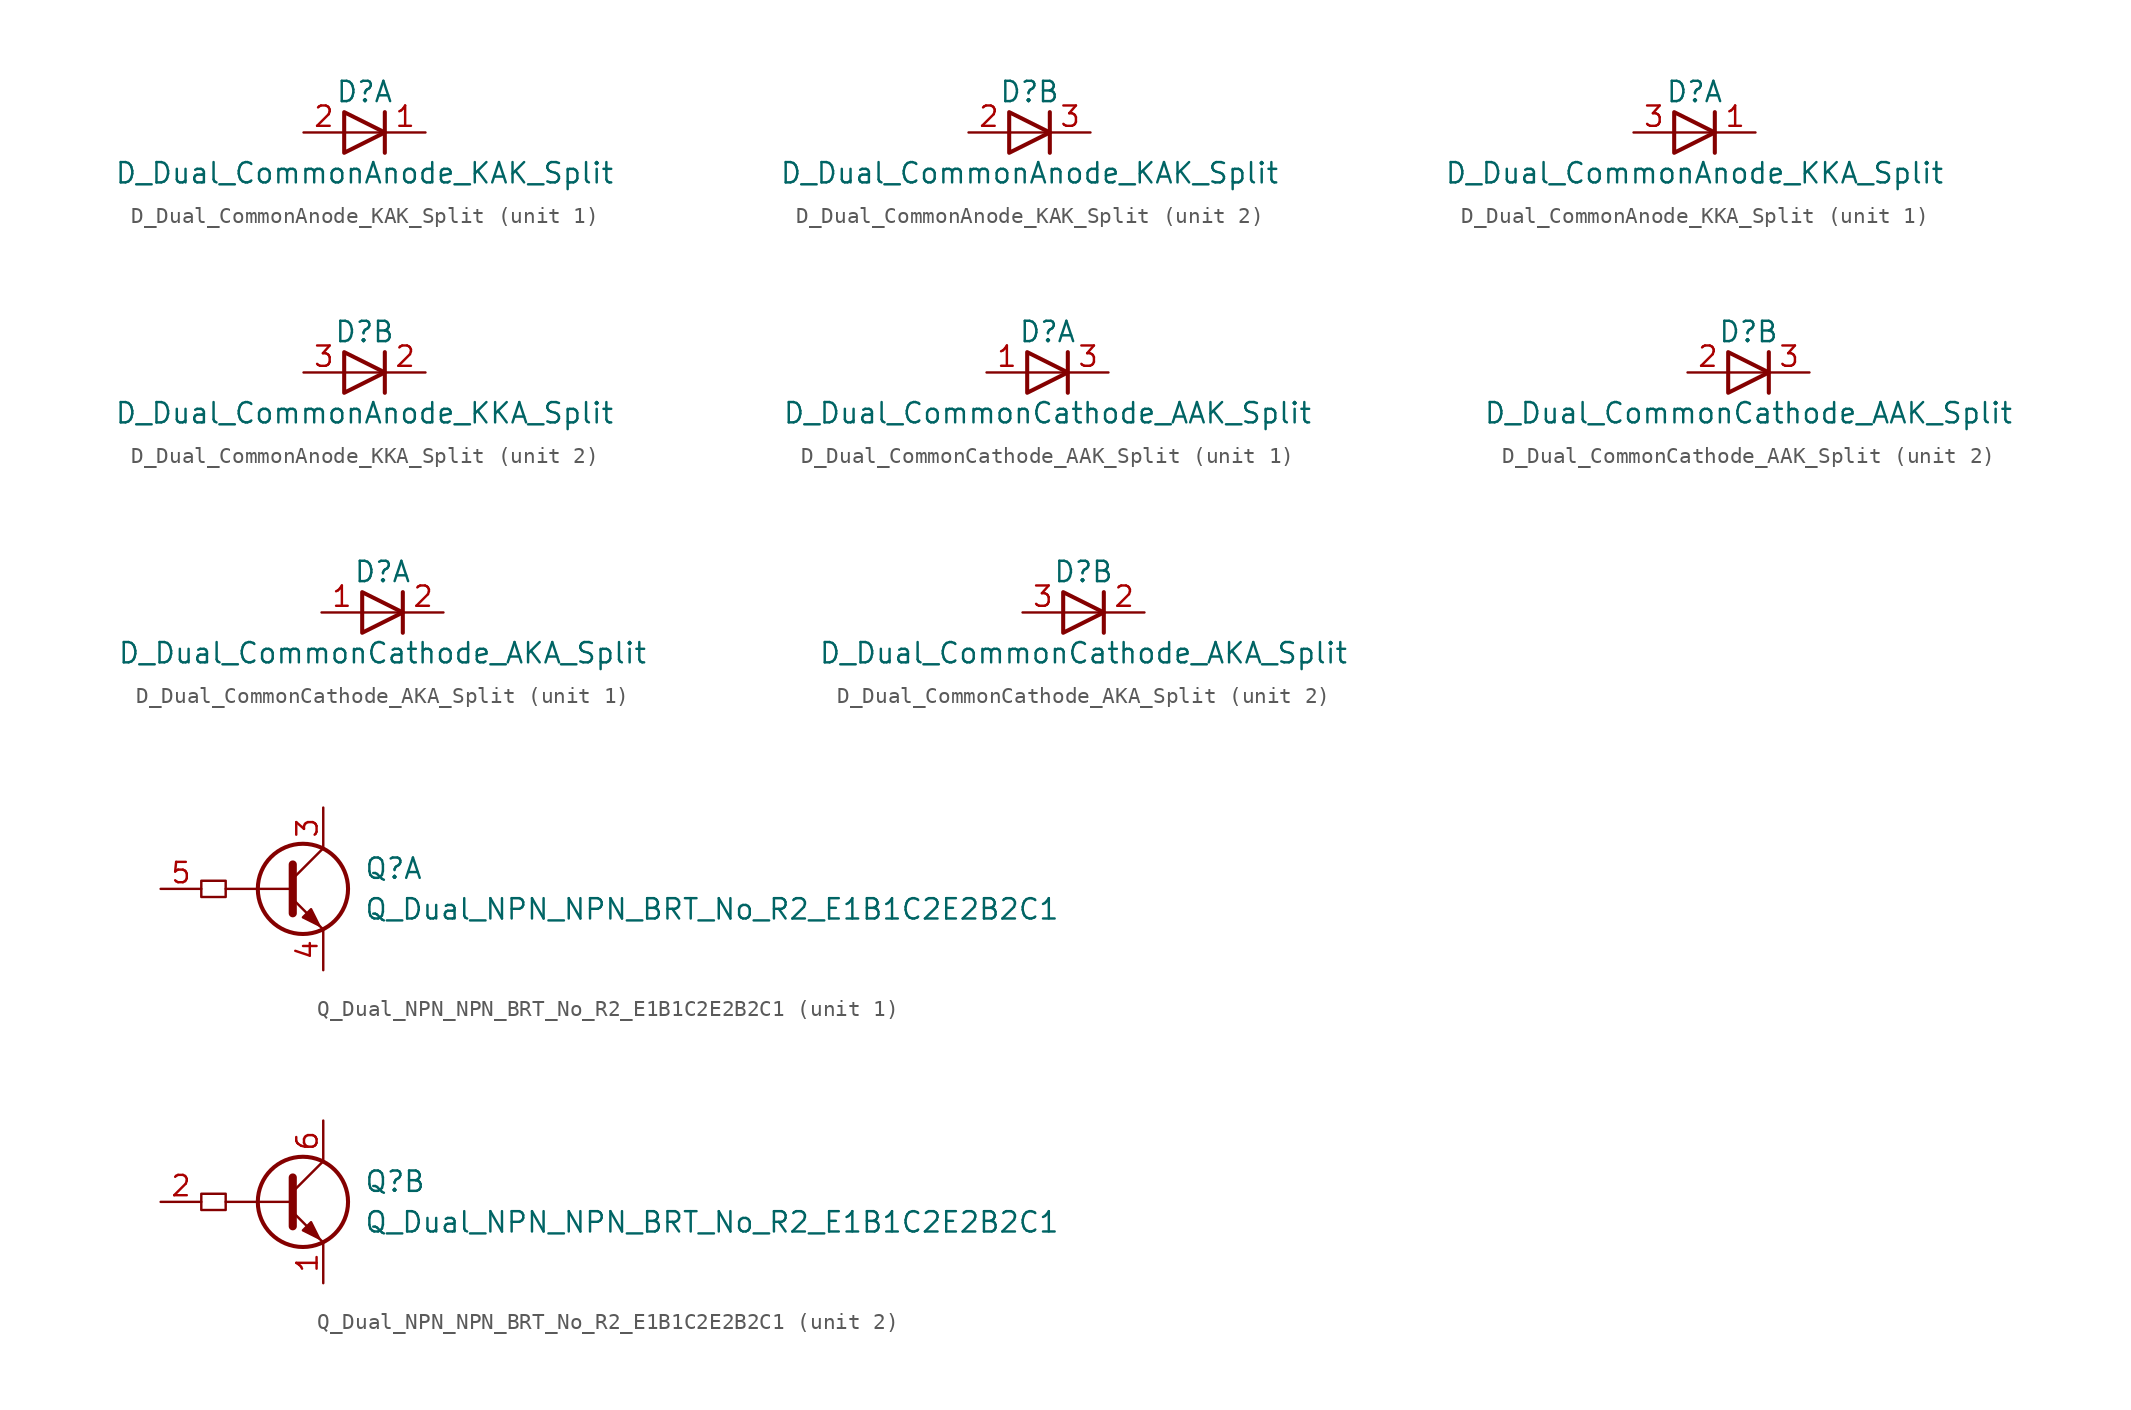
<source format=kicad_sym>
(kicad_symbol_lib
  (version 20220914)
  (generator kicad_symbol_editor)
  (symbol "D_Dual_CommonAnode_KAK_Split"
    (pin_names
      (offset 0.762) hide)
    (property "Reference" "D"
      (at 0 2.54 0)
      (effects (font (size 1.27 1.27))))
    (property "Value" "D_Dual_CommonAnode_KAK_Split"
      (at 0 -2.54 0)
      (effects (font (size 1.27 1.27))))
    (property "ki_locked" ""
      (at 0 0 0)
      (effects (font (size 1.27 1.27))))
    (symbol "D_Dual_CommonAnode_KAK_Split_0_0"
      (polyline (pts (xy 1.27 0) (xy -1.27 0)) (stroke (width 0) (type default)) (fill (type none)))
      (polyline (pts (xy 1.27 1.27) (xy 1.27 -1.27)) (stroke (width 0.254) (type default)) (fill (type none))))
    (symbol "D_Dual_CommonAnode_KAK_Split_0_1"
      (polyline (pts (xy -1.27 1.27) (xy 1.27 0) (xy -1.27 -1.27) (xy -1.27 1.27) (xy -1.27 1.27) (xy -1.27 1.27)) (stroke (width 0.254) (type default)) (fill (type none)))
      (pin passive line (at -3.81 0 0) (length 2.54) (name "A" (effects (font (size 1.27 1.27)))) (number "2" (effects (font (size 1.27 1.27))))))
    (symbol "D_Dual_CommonAnode_KAK_Split_1_1"
      (pin passive line (at 3.81 0 180) (length 2.54) (name "K" (effects (font (size 1.27 1.27)))) (number "1" (effects (font (size 1.27 1.27))))))
    (symbol "D_Dual_CommonAnode_KAK_Split_2_1"
      (pin passive line (at 3.81 0 180) (length 2.54) (name "K" (effects (font (size 1.27 1.27)))) (number "3" (effects (font (size 1.27 1.27)))))))
  (symbol "D_Dual_CommonAnode_KKA_Split"
    (pin_names
      (offset 0.762) hide)
    (property "Reference" "D"
      (at 0 2.54 0)
      (effects (font (size 1.27 1.27))))
    (property "Value" "D_Dual_CommonAnode_KKA_Split"
      (at 0 -2.54 0)
      (effects (font (size 1.27 1.27))))
    (property "ki_locked" ""
      (at 0 0 0)
      (effects (font (size 1.27 1.27))))
    (symbol "D_Dual_CommonAnode_KKA_Split_0_0"
      (polyline (pts (xy 1.27 0) (xy -1.27 0)) (stroke (width 0) (type default)) (fill (type none)))
      (polyline (pts (xy 1.27 1.27) (xy 1.27 -1.27)) (stroke (width 0.254) (type default)) (fill (type none))))
    (symbol "D_Dual_CommonAnode_KKA_Split_0_1"
      (polyline (pts (xy -1.27 1.27) (xy 1.27 0) (xy -1.27 -1.27) (xy -1.27 1.27) (xy -1.27 1.27) (xy -1.27 1.27)) (stroke (width 0.254) (type default)) (fill (type none)))
      (pin passive line (at -3.81 0 0) (length 2.54) (name "A" (effects (font (size 1.27 1.27)))) (number "3" (effects (font (size 1.27 1.27))))))
    (symbol "D_Dual_CommonAnode_KKA_Split_1_1"
      (pin passive line (at 3.81 0 180) (length 2.54) (name "K" (effects (font (size 1.27 1.27)))) (number "1" (effects (font (size 1.27 1.27))))))
    (symbol "D_Dual_CommonAnode_KKA_Split_2_1"
      (pin passive line (at 3.81 0 180) (length 2.54) (name "K" (effects (font (size 1.27 1.27)))) (number "2" (effects (font (size 1.27 1.27)))))))
  (symbol "D_Dual_CommonCathode_AAK_Split"
    (pin_names
      (offset 0.762) hide)
    (property "Reference" "D"
      (at 0 2.54 0)
      (effects (font (size 1.27 1.27))))
    (property "Value" "D_Dual_CommonCathode_AAK_Split"
      (at 0 -2.54 0)
      (effects (font (size 1.27 1.27))))
    (property "ki_locked" ""
      (at 0 0 0)
      (effects (font (size 1.27 1.27))))
    (symbol "D_Dual_CommonCathode_AAK_Split_0_0"
      (polyline (pts (xy 1.27 0) (xy -1.27 0)) (stroke (width 0) (type default)) (fill (type none)))
      (polyline (pts (xy 1.27 1.27) (xy 1.27 -1.27)) (stroke (width 0.254) (type default)) (fill (type none))))
    (symbol "D_Dual_CommonCathode_AAK_Split_0_1"
      (polyline (pts (xy -1.27 1.27) (xy 1.27 0) (xy -1.27 -1.27) (xy -1.27 1.27) (xy -1.27 1.27) (xy -1.27 1.27)) (stroke (width 0.254) (type default)) (fill (type none)))
      (pin passive line (at 3.81 0 180) (length 2.54) (name "K" (effects (font (size 1.27 1.27)))) (number "3" (effects (font (size 1.27 1.27))))))
    (symbol "D_Dual_CommonCathode_AAK_Split_1_1"
      (pin passive line (at -3.81 0 0) (length 2.54) (name "A" (effects (font (size 1.27 1.27)))) (number "1" (effects (font (size 1.27 1.27))))))
    (symbol "D_Dual_CommonCathode_AAK_Split_2_1"
      (pin passive line (at -3.81 0 0) (length 2.54) (name "K" (effects (font (size 1.27 1.27)))) (number "2" (effects (font (size 1.27 1.27)))))))
  (symbol "D_Dual_CommonCathode_AKA_Split"
    (pin_names
      (offset 0.762) hide)
    (property "Reference" "D"
      (at 0 2.54 0)
      (effects (font (size 1.27 1.27))))
    (property "Value" "D_Dual_CommonCathode_AKA_Split"
      (at 0 -2.54 0)
      (effects (font (size 1.27 1.27))))
    (property "ki_locked" ""
      (at 0 0 0)
      (effects (font (size 1.27 1.27))))
    (symbol "D_Dual_CommonCathode_AKA_Split_0_0"
      (polyline (pts (xy 1.27 0) (xy -1.27 0)) (stroke (width 0) (type default)) (fill (type none)))
      (polyline (pts (xy 1.27 1.27) (xy 1.27 -1.27)) (stroke (width 0.254) (type default)) (fill (type none))))
    (symbol "D_Dual_CommonCathode_AKA_Split_0_1"
      (polyline (pts (xy -1.27 1.27) (xy 1.27 0) (xy -1.27 -1.27) (xy -1.27 1.27) (xy -1.27 1.27) (xy -1.27 1.27)) (stroke (width 0.254) (type default)) (fill (type none)))
      (pin passive line (at 3.81 0 180) (length 2.54) (name "K" (effects (font (size 1.27 1.27)))) (number "2" (effects (font (size 1.27 1.27))))))
    (symbol "D_Dual_CommonCathode_AKA_Split_1_1"
      (pin passive line (at -3.81 0 0) (length 2.54) (name "A" (effects (font (size 1.27 1.27)))) (number "1" (effects (font (size 1.27 1.27))))))
    (symbol "D_Dual_CommonCathode_AKA_Split_2_1"
      (pin passive line (at -3.81 0 0) (length 2.54) (name "K" (effects (font (size 1.27 1.27)))) (number "3" (effects (font (size 1.27 1.27)))))))
  (symbol "Q_Dual_NPN_NPN_BRT_No_R2_E1B1C2E2B2C1"
    (pin_names hide)
    (property "Reference" "Q"
      (at 3.81 1.27 0)
      (effects (font (size 1.27 1.27)) (justify left)))
    (property "Value" "Q_Dual_NPN_NPN_BRT_No_R2_E1B1C2E2B2C1"
      (at 3.81 -1.27 0)
      (effects (font (size 1.27 1.27)) (justify left)))
    (symbol "Q_Dual_NPN_NPN_BRT_No_R2_E1B1C2E2B2C1_0_1"
      (rectangle (start -6.35 0.508) (end -4.826 -0.508) (stroke (width 0) (type default)) (fill (type none)))
      (polyline (pts (xy -0.762 0) (xy -4.826 0)) (stroke (width 0) (type default)) (fill (type none)))
      (polyline (pts (xy -0.635 1.524) (xy -0.635 -1.524)) (stroke (width 0.508) (type default)) (fill (type none))))
    (symbol "Q_Dual_NPN_NPN_BRT_No_R2_E1B1C2E2B2C1_1_1"
      (polyline (pts (xy -0.635 0.635) (xy 1.27 2.54)) (stroke (width 0) (type default)) (fill (type none)))
      (polyline (pts (xy -0.635 -0.635) (xy 1.27 -2.54) (xy 1.27 -2.54)) (stroke (width 0) (type default)) (fill (type none)))
      (polyline (pts (xy 0 -1.778) (xy 0.508 -1.27) (xy 1.016 -2.286) (xy 0 -1.778) (xy 0 -1.778)) (stroke (width 0) (type default)) (fill (type outline)))
      (circle (center 0 0) (radius 2.819) (stroke (width 0.254) (type default)) (fill (type none)))
      (pin passive line (at 1.27 5.08 270) (length 2.54) (name "C1" (effects (font (size 1.27 1.27)))) (number "3" (effects (font (size 1.27 1.27)))))
      (pin passive line (at 1.27 -5.08 90) (length 2.54) (name "E1" (effects (font (size 1.27 1.27)))) (number "4" (effects (font (size 1.27 1.27)))))
      (pin input line (at -8.89 0 0) (length 2.54) (name "B1" (effects (font (size 1.27 1.27)))) (number "5" (effects (font (size 1.27 1.27))))))
    (symbol "Q_Dual_NPN_NPN_BRT_No_R2_E1B1C2E2B2C1_2_1"
      (polyline (pts (xy -0.635 0.635) (xy 1.27 2.54)) (stroke (width 0) (type default)) (fill (type none)))
      (polyline (pts (xy -0.635 -0.635) (xy 1.27 -2.54) (xy 1.27 -2.54)) (stroke (width 0) (type default)) (fill (type none)))
      (polyline (pts (xy 0 -1.778) (xy 0.508 -1.27) (xy 1.016 -2.286) (xy 0 -1.778) (xy 0 -1.778)) (stroke (width 0) (type default)) (fill (type outline)))
      (circle (center 0 0) (radius 2.819) (stroke (width 0.254) (type default)) (fill (type none)))
      (pin passive line (at 1.27 -5.08 90) (length 2.54) (name "E1" (effects (font (size 1.27 1.27)))) (number "1" (effects (font (size 1.27 1.27)))))
      (pin input line (at -8.89 0 0) (length 2.54) (name "B1" (effects (font (size 1.27 1.27)))) (number "2" (effects (font (size 1.27 1.27)))))
      (pin passive line (at 1.27 5.08 270) (length 2.54) (name "C1" (effects (font (size 1.27 1.27)))) (number "6" (effects (font (size 1.27 1.27))))))))
</source>
